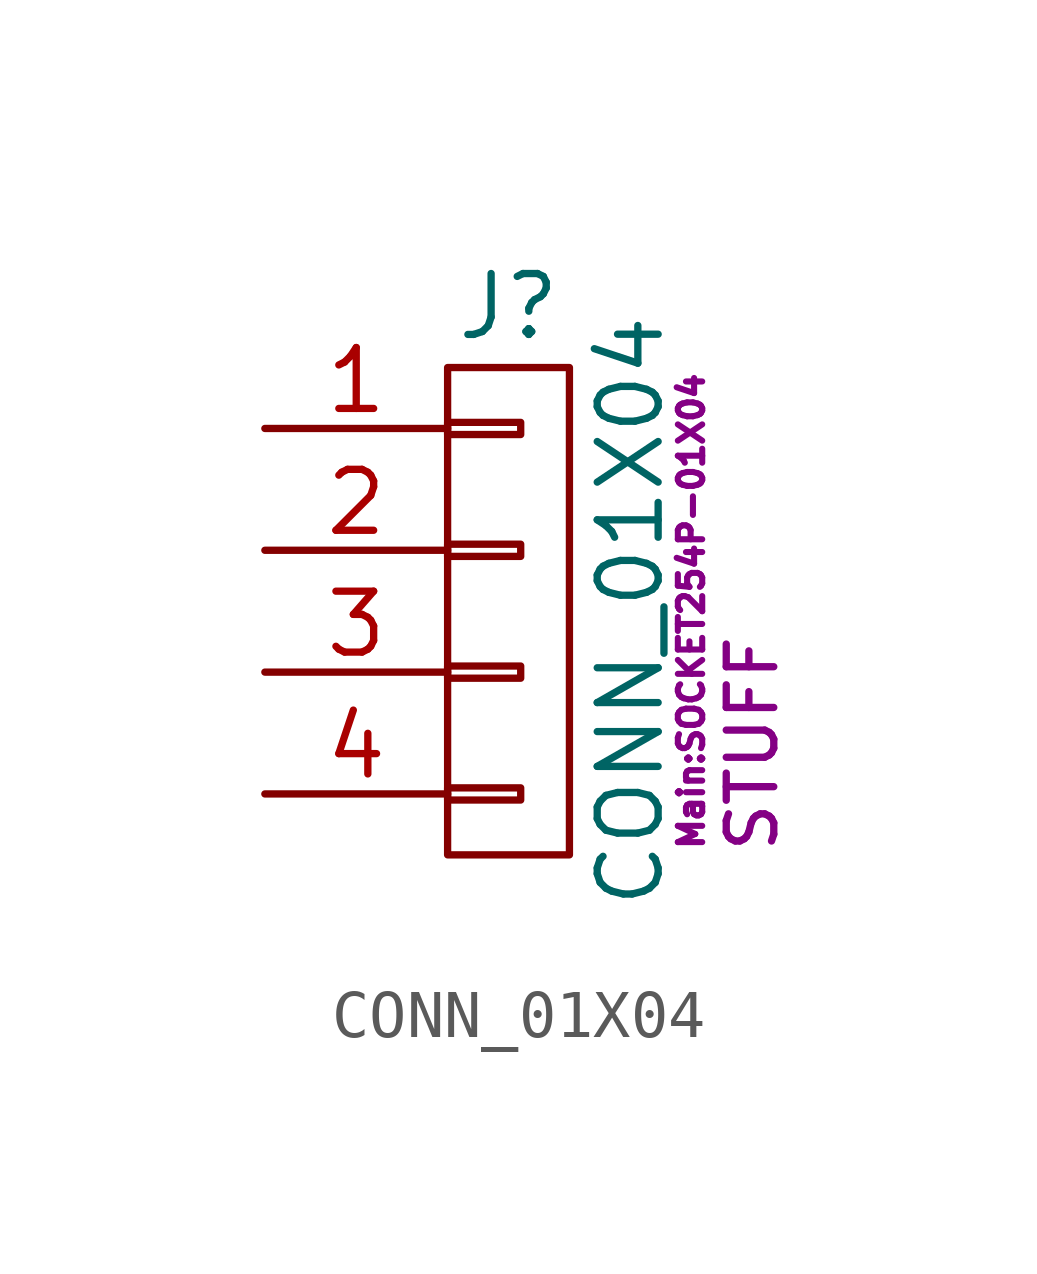
<source format=kicad_sym>
(kicad_symbol_lib
  (version 20211014)
  (generator kicad_symbol_editor)
  (symbol "CONN_01X04"
    (pin_names
      (offset 1.016) hide)
    (property "Reference" "J"
      (at 0 6.35 0)
      (effects (font (size 1.27 1.27))))
    (property "Value" "CONN_01X04"
      (at 2.54 0 90)
      (effects (font (size 1.27 1.27))))
    (property "Footprint" "Main:SOCKET254P-01X04"
      (at 3.81 0 90)
      (effects (font (size 0.508 0.508))))
    (property "Datasheet" ""
      (at 0 6.35 0)
      (effects (font (size 1.27 1.27))))
    (property "SKU" "STUFF"
      (at 5.08 -5.08 90)
      (effects (font (size 0.991 0.991)) (justify left)))
    (symbol "CONN_01X04_0_1"
      (rectangle (start -1.27 -3.683) (end 0.254 -3.937) (stroke (width 0) (type default) (color 0 0 0 0)) (fill (type none)))
      (rectangle (start -1.27 -1.143) (end 0.254 -1.397) (stroke (width 0) (type default) (color 0 0 0 0)) (fill (type none)))
      (rectangle (start -1.27 1.397) (end 0.254 1.143) (stroke (width 0) (type default) (color 0 0 0 0)) (fill (type none)))
      (rectangle (start -1.27 3.937) (end 0.254 3.683) (stroke (width 0) (type default) (color 0 0 0 0)) (fill (type none)))
      (rectangle (start -1.27 5.08) (end 1.27 -5.08) (stroke (width 0) (type default) (color 0 0 0 0)) (fill (type none))))
    (symbol "CONN_01X04_1_1"
      (pin passive line (at -5.08 3.81 0) (length 3.81) (name "P1" (effects (font (size 1.27 1.27)))) (number "1" (effects (font (size 1.27 1.27)))))
      (pin passive line (at -5.08 1.27 0) (length 3.81) (name "P2" (effects (font (size 1.27 1.27)))) (number "2" (effects (font (size 1.27 1.27)))))
      (pin passive line (at -5.08 -1.27 0) (length 3.81) (name "P3" (effects (font (size 1.27 1.27)))) (number "3" (effects (font (size 1.27 1.27)))))
      (pin passive line (at -5.08 -3.81 0) (length 3.81) (name "P4" (effects (font (size 1.27 1.27)))) (number "4" (effects (font (size 1.27 1.27))))))))
</source>
